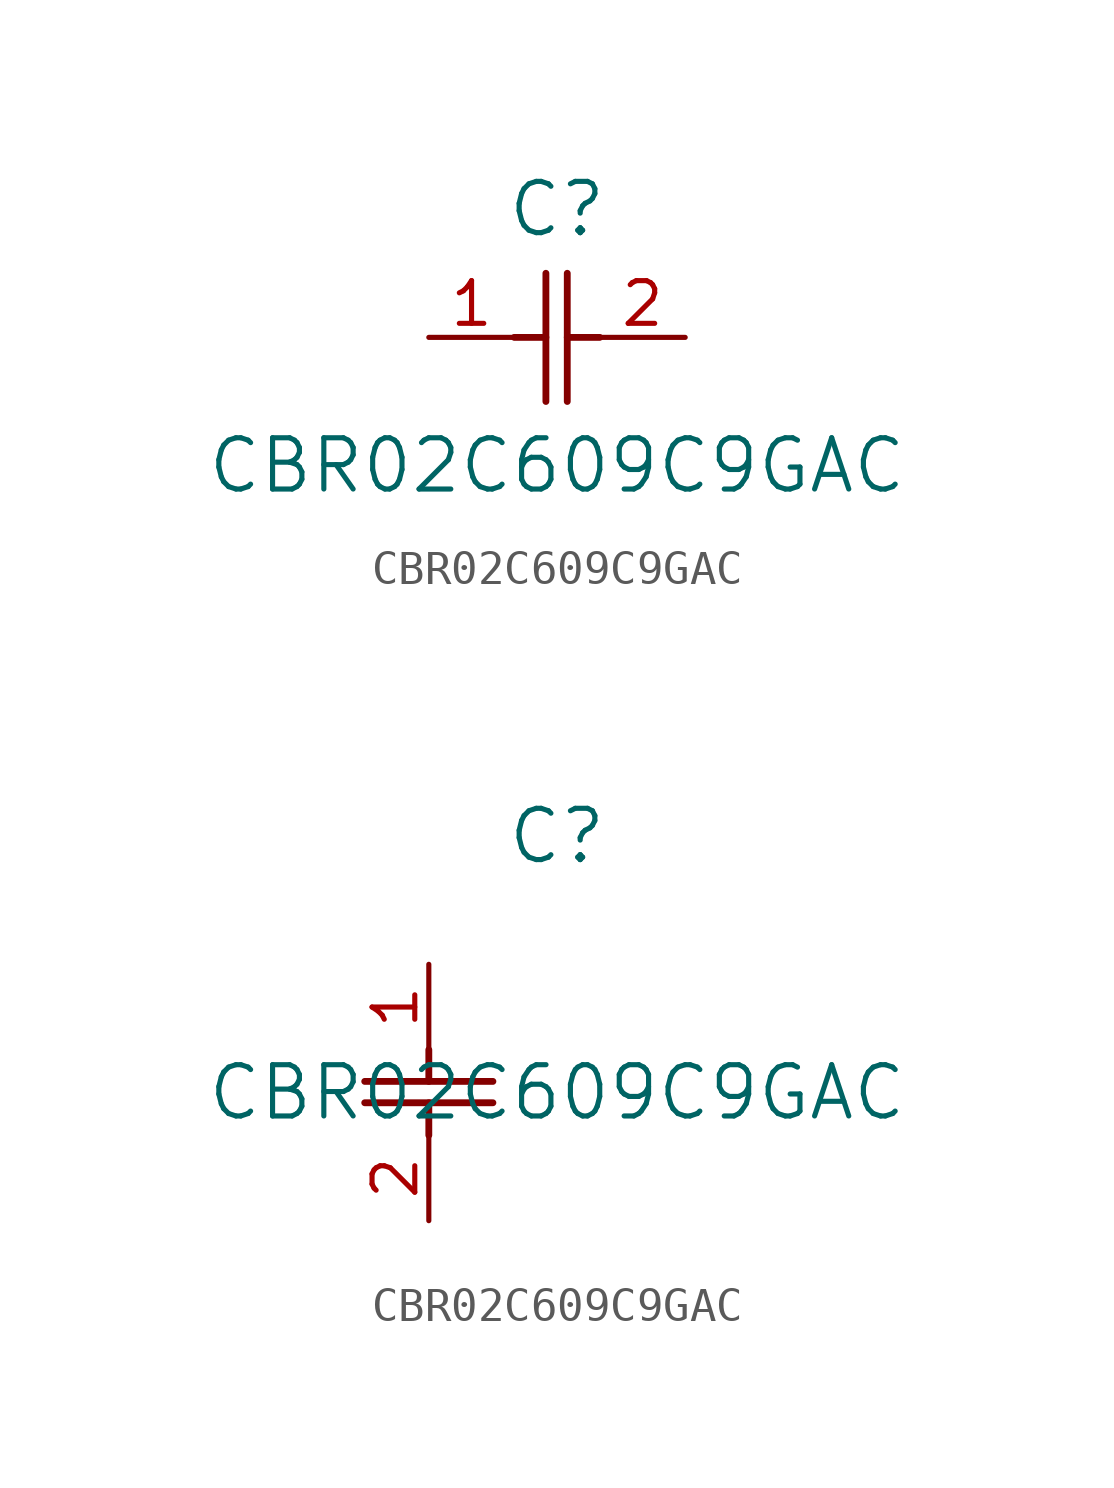
<source format=kicad_sym>
(kicad_symbol_lib
  (version 20211014)
  (generator kicad_symbol_editor)
  (symbol "CBR02C609C9GAC"
    (pin_names
      (offset 0.254))
    (property "Reference" "C"
      (at 3.81 3.81 0)
      (effects (font (size 1.524 1.524))))
    (property "Value" "CBR02C609C9GAC"
      (at 3.81 -3.81 0)
      (effects (font (size 1.524 1.524))))
    (symbol "CBR02C609C9GAC_1_1"
      (polyline (pts (xy 3.48 -1.905) (xy 3.48 1.905)) (stroke (width 0.203) (type default) (color 0 0 0 0)) (fill (type none)))
      (polyline (pts (xy 4.115 -1.905) (xy 4.115 1.905)) (stroke (width 0.203) (type default) (color 0 0 0 0)) (fill (type none)))
      (polyline (pts (xy 4.115 0) (xy 5.08 0)) (stroke (width 0.203) (type default) (color 0 0 0 0)) (fill (type none)))
      (polyline (pts (xy 2.54 0) (xy 3.48 0)) (stroke (width 0.203) (type default) (color 0 0 0 0)) (fill (type none)))
      (pin unspecified line (at 0 0 0) (length 2.54) (name "" (effects (font (size 1.27 1.27)))) (number "1" (effects (font (size 1.27 1.27)))))
      (pin unspecified line (at 7.62 0 180) (length 2.54) (name "" (effects (font (size 1.27 1.27)))) (number "2" (effects (font (size 1.27 1.27))))))
    (symbol "CBR02C609C9GAC_1_2"
      (polyline (pts (xy -1.905 -3.48) (xy 1.905 -3.48)) (stroke (width 0.203) (type default) (color 0 0 0 0)) (fill (type none)))
      (polyline (pts (xy -1.905 -4.115) (xy 1.905 -4.115)) (stroke (width 0.203) (type default) (color 0 0 0 0)) (fill (type none)))
      (polyline (pts (xy 0 -4.115) (xy 0 -5.08)) (stroke (width 0.203) (type default) (color 0 0 0 0)) (fill (type none)))
      (polyline (pts (xy 0 -2.54) (xy 0 -3.48)) (stroke (width 0.203) (type default) (color 0 0 0 0)) (fill (type none)))
      (pin unspecified line (at 0 0 270) (length 2.54) (name "" (effects (font (size 1.27 1.27)))) (number "1" (effects (font (size 1.27 1.27)))))
      (pin unspecified line (at 0 -7.62 90) (length 2.54) (name "" (effects (font (size 1.27 1.27)))) (number "2" (effects (font (size 1.27 1.27))))))))
</source>
